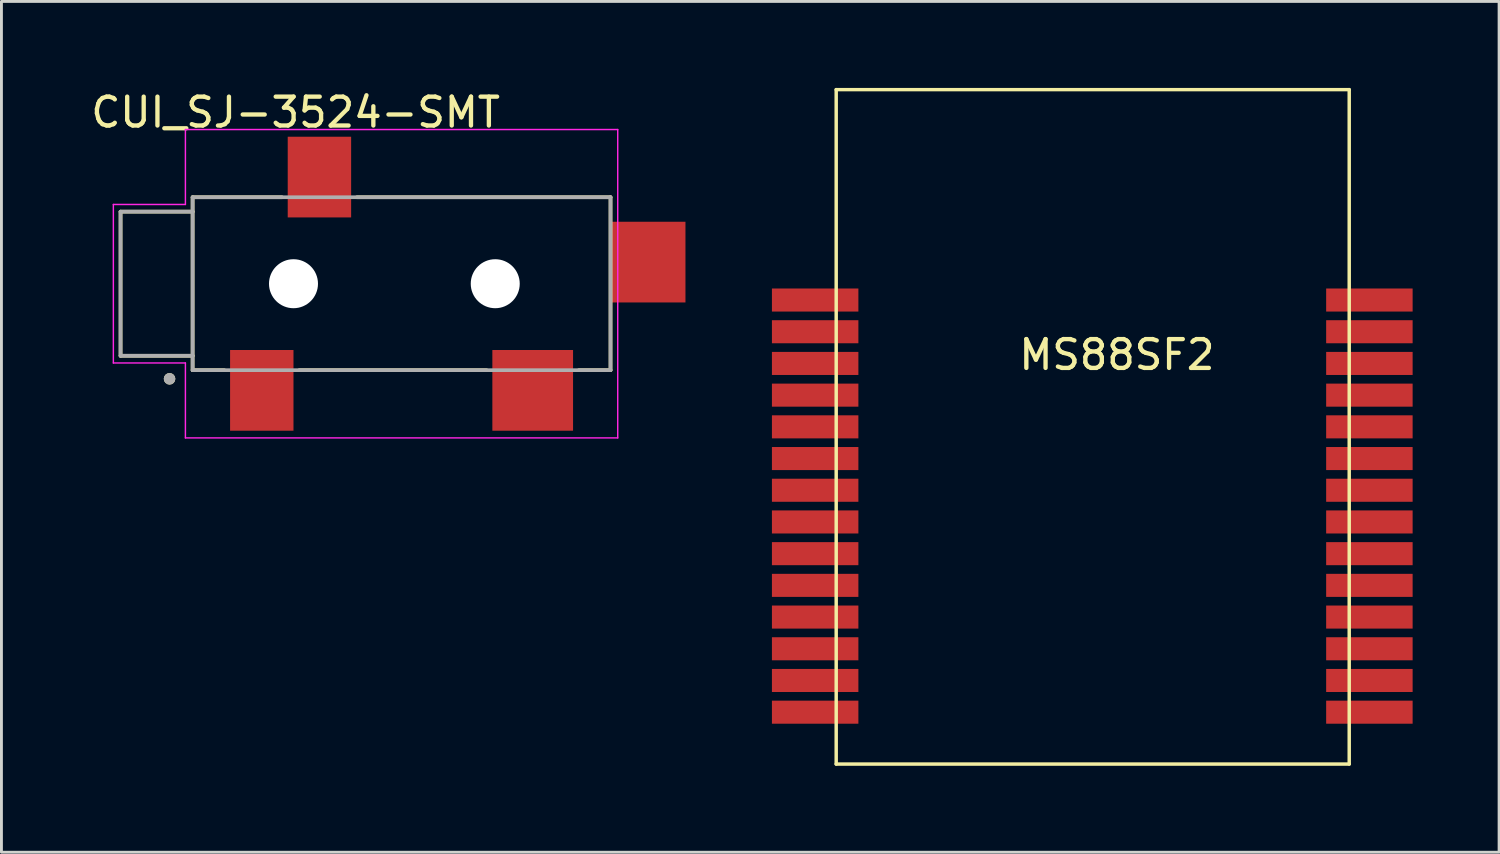
<source format=kicad_pcb>
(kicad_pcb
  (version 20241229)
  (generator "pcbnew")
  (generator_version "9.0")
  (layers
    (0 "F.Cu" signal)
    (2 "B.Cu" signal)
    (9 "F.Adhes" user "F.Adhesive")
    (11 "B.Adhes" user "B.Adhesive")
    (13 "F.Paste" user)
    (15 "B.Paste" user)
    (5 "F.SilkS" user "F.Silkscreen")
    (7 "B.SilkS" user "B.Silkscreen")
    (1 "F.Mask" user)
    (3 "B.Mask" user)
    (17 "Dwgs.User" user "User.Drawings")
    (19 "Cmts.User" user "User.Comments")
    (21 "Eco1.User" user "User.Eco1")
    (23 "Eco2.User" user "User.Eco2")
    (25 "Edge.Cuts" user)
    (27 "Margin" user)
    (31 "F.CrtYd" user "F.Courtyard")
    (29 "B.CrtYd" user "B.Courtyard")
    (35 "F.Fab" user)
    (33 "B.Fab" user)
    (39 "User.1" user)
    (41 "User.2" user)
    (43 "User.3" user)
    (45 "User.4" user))
  (footprint "MS88SF2"
    (layer "F.Cu")
    (at 34.963 10.66)
    (property "Reference" "MS88SF2" (at 0.74 -1.4 0) (layer "F.SilkS") (effects (font (size 1 1) (thickness 0.15))))
    (attr smd)
    (fp_line (start -9 -10.6) (end 8.8 -10.6) (stroke (width 0.12) (type solid)) (layer "F.SilkS"))
    (fp_line (start -9 12.8) (end -9 -10.6) (stroke (width 0.12) (type solid)) (layer "F.SilkS"))
    (fp_line (start -9 12.8) (end 8.8 12.8) (stroke (width 0.12) (type solid)) (layer "F.SilkS"))
    (fp_line (start 8.8 12.8) (end 8.8 -10.6) (stroke (width 0.12) (type solid)) (layer "F.SilkS"))
    (pad "1" smd rect (at -9.73 -3.3 270) (size 0.8 3) (layers "F.Cu" "F.Mask" "F.Paste"))
    (pad "2" smd rect (at -9.73 -2.2 270) (size 0.8 3) (layers "F.Cu" "F.Mask" "F.Paste"))
    (pad "3" smd rect (at -9.73 -1.1 270) (size 0.8 3) (layers "F.Cu" "F.Mask" "F.Paste"))
    (pad "4" smd rect (at -9.73 0 270) (size 0.8 3) (layers "F.Cu" "F.Mask" "F.Paste"))
    (pad "5" smd rect (at -9.73 1.1 270) (size 0.8 3) (layers "F.Cu" "F.Mask" "F.Paste"))
    (pad "6" smd rect (at -9.73 2.2 270) (size 0.8 3) (layers "F.Cu" "F.Mask" "F.Paste"))
    (pad "7" smd rect (at -9.73 3.3 270) (size 0.8 3) (layers "F.Cu" "F.Mask" "F.Paste"))
    (pad "8" smd rect (at -9.73 4.4 270) (size 0.8 3) (layers "F.Cu" "F.Mask" "F.Paste"))
    (pad "9" smd rect (at -9.73 5.5 270) (size 0.8 3) (layers "F.Cu" "F.Mask" "F.Paste"))
    (pad "10" smd rect (at -9.73 6.6 270) (size 0.8 3) (layers "F.Cu" "F.Mask" "F.Paste"))
    (pad "11" smd rect (at -9.73 7.7 270) (size 0.8 3) (layers "F.Cu" "F.Mask" "F.Paste"))
    (pad "12" smd rect (at -9.73 8.8 270) (size 0.8 3) (layers "F.Cu" "F.Mask" "F.Paste"))
    (pad "13" smd rect (at -9.73 9.9 270) (size 0.8 3) (layers "F.Cu" "F.Mask" "F.Paste"))
    (pad "14" smd rect (at -9.73 11 270) (size 0.8 3) (layers "F.Cu" "F.Mask" "F.Paste"))
    (pad "15" smd rect (at 9.5 11 270) (size 0.8 3) (layers "F.Cu" "F.Mask" "F.Paste"))
    (pad "16" smd rect (at 9.5 9.9 270) (size 0.8 3) (layers "F.Cu" "F.Mask" "F.Paste"))
    (pad "17" smd rect (at 9.5 8.8 270) (size 0.8 3) (layers "F.Cu" "F.Mask" "F.Paste"))
    (pad "18" smd rect (at 9.5 7.7 270) (size 0.8 3) (layers "F.Cu" "F.Mask" "F.Paste"))
    (pad "19" smd rect (at 9.5 6.6 270) (size 0.8 3) (layers "F.Cu" "F.Mask" "F.Paste"))
    (pad "20" smd rect (at 9.5 5.5 270) (size 0.8 3) (layers "F.Cu" "F.Mask" "F.Paste"))
    (pad "21" smd rect (at 9.5 4.4 270) (size 0.8 3) (layers "F.Cu" "F.Mask" "F.Paste"))
    (pad "22" smd rect (at 9.5 3.3 270) (size 0.8 3) (layers "F.Cu" "F.Mask" "F.Paste"))
    (pad "23" smd rect (at 9.5 2.2 270) (size 0.8 3) (layers "F.Cu" "F.Mask" "F.Paste"))
    (pad "24" smd rect (at 9.5 1.1 270) (size 0.8 3) (layers "F.Cu" "F.Mask" "F.Paste"))
    (pad "25" smd rect (at 9.5 0 270) (size 0.8 3) (layers "F.Cu" "F.Mask" "F.Paste"))
    (pad "26" smd rect (at 9.5 -1.1 270) (size 0.8 3) (layers "F.Cu" "F.Mask" "F.Paste"))
    (pad "27" smd rect (at 9.5 -2.2 270) (size 0.8 3) (layers "F.Cu" "F.Mask" "F.Paste"))
    (pad "28" smd rect (at 9.5 -3.3 270) (size 0.8 3) (layers "F.Cu" "F.Mask" "F.Paste")))
  (footprint "CUI_SJ-3524-SMT"
    (layer "F.Cu")
    (at 7.133 6.794)
    (property "Reference" "CUI_SJ-3524-SMT" (at 0.075 -5.945 0) (layer "F.SilkS") (effects (font (size 1.002 1.002) (thickness 0.15))))
    (attr through_hole)
    (fp_line (start -6 -2.5) (end -6 2.5) (stroke (width 0.127) (type solid)) (layer "F.SilkS"))
    (fp_line (start -6 2.5) (end -3.5 2.5) (stroke (width 0.127) (type solid)) (layer "F.SilkS"))
    (fp_line (start -3.5 -3) (end -0.4 -3) (stroke (width 0.127) (type solid)) (layer "F.SilkS"))
    (fp_line (start -3.5 -2.5) (end -6 -2.5) (stroke (width 0.127) (type solid)) (layer "F.SilkS"))
    (fp_line (start -3.5 -2.5) (end -3.5 -3) (stroke (width 0.127) (type solid)) (layer "F.SilkS"))
    (fp_line (start -3.5 2.5) (end -3.5 -2.5) (stroke (width 0.127) (type solid)) (layer "F.SilkS"))
    (fp_line (start -3.5 3) (end -3.5 2.5) (stroke (width 0.127) (type solid)) (layer "F.SilkS"))
    (fp_line (start -3.5 3) (end -2.4 3) (stroke (width 0.127) (type solid)) (layer "F.SilkS"))
    (fp_line (start 0.2 3) (end 6.7 3) (stroke (width 0.127) (type solid)) (layer "F.SilkS"))
    (fp_line (start 2.2 -3) (end 11 -3) (stroke (width 0.127) (type solid)) (layer "F.SilkS"))
    (fp_line (start 9.9 3) (end 11 3) (stroke (width 0.127) (type solid)) (layer "F.SilkS"))
    (fp_line (start 11 -3) (end 11 3) (stroke (width 0.127) (type solid)) (layer "F.SilkS"))
    (fp_circle (center -4.3 3.3) (end -4.2 3.3) (stroke (width 0.2) (type solid)) (fill no) (layer "F.SilkS"))
    (fp_line (start -6.25 -2.75) (end -6.25 2.75) (stroke (width 0.05) (type solid)) (layer "F.CrtYd"))
    (fp_line (start -6.25 2.75) (end -3.75 2.75) (stroke (width 0.05) (type solid)) (layer "F.CrtYd"))
    (fp_line (start -3.75 -5.35) (end -3.75 -2.75) (stroke (width 0.05) (type solid)) (layer "F.CrtYd"))
    (fp_line (start -3.75 -5.35) (end 11.25 -5.35) (stroke (width 0.05) (type solid)) (layer "F.CrtYd"))
    (fp_line (start -3.75 -2.75) (end -6.25 -2.75) (stroke (width 0.05) (type solid)) (layer "F.CrtYd"))
    (fp_line (start -3.75 2.75) (end -3.75 5.35) (stroke (width 0.05) (type solid)) (layer "F.CrtYd"))
    (fp_line (start 11.25 -5.35) (end 11.25 5.35) (stroke (width 0.05) (type solid)) (layer "F.CrtYd"))
    (fp_line (start 11.25 5.35) (end -3.75 5.35) (stroke (width 0.05) (type solid)) (layer "F.CrtYd"))
    (fp_line (start -6 -2.5) (end -6 2.5) (stroke (width 0.127) (type solid)) (layer "F.Fab"))
    (fp_line (start -6 2.5) (end -3.5 2.5) (stroke (width 0.127) (type solid)) (layer "F.Fab"))
    (fp_line (start -3.5 -3) (end 11 -3) (stroke (width 0.127) (type solid)) (layer "F.Fab"))
    (fp_line (start -3.5 -2.5) (end -6 -2.5) (stroke (width 0.127) (type solid)) (layer "F.Fab"))
    (fp_line (start -3.5 3) (end -3.5 -3) (stroke (width 0.127) (type solid)) (layer "F.Fab"))
    (fp_line (start 11 -3) (end 11 3) (stroke (width 0.127) (type solid)) (layer "F.Fab"))
    (fp_line (start 11 3) (end -3.5 3) (stroke (width 0.127) (type solid)) (layer "F.Fab"))
    (fp_circle (center -4.3 3.3) (end -4.2 3.3) (stroke (width 0.2) (type solid)) (fill no) (layer "F.Fab"))
    (pad "" np_thru_hole circle (at 0 0) (size 1.7 1.7) (drill 1.7) (layers "*.Cu" "*.Mask"))
    (pad "" np_thru_hole circle (at 7 0) (size 1.7 1.7) (drill 1.7) (layers "*.Cu" "*.Mask"))
    (pad "1" smd rect (at -1.1 3.7) (size 2.2 2.8) (layers "F.Cu" "F.Mask" "F.Paste"))
    (pad "2" smd rect (at 8.3 3.7) (size 2.8 2.8) (layers "F.Cu" "F.Mask" "F.Paste"))
    (pad "3" smd rect (at 0.9 -3.7) (size 2.2 2.8) (layers "F.Cu" "F.Mask" "F.Paste"))
    (pad "4" smd rect (at 12.3 -0.75) (size 2.6 2.8) (layers "F.Cu" "F.Mask" "F.Paste")))
  (gr_rect
    (start -3 -3)
    (end 48.963 26.52)
    (stroke (width 0.1) (type default))
    (fill no)
    (layer "Edge.Cuts")))
</source>
